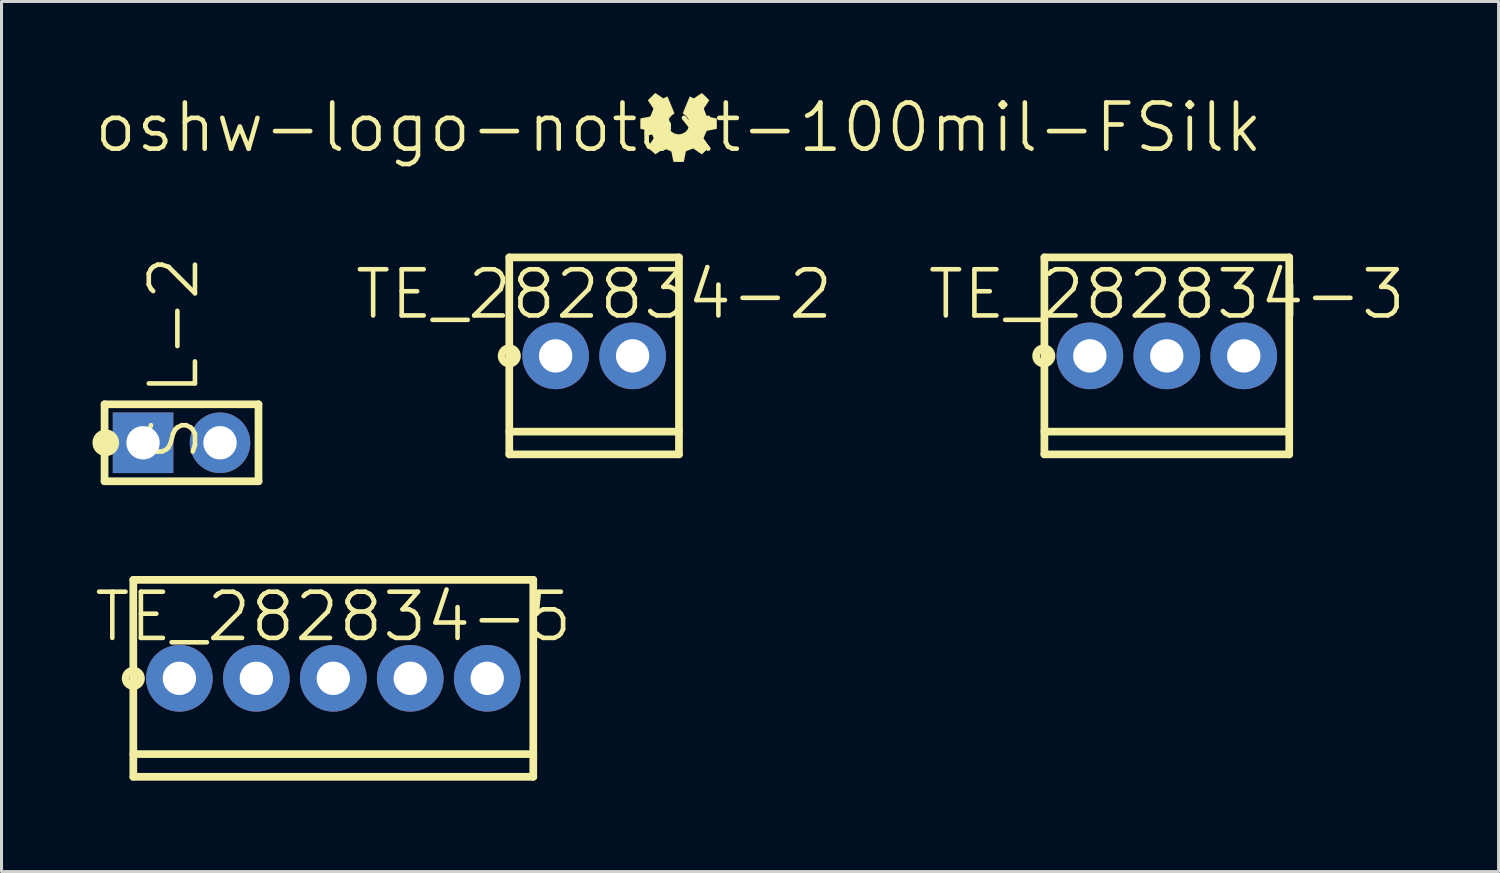
<source format=kicad_pcb>
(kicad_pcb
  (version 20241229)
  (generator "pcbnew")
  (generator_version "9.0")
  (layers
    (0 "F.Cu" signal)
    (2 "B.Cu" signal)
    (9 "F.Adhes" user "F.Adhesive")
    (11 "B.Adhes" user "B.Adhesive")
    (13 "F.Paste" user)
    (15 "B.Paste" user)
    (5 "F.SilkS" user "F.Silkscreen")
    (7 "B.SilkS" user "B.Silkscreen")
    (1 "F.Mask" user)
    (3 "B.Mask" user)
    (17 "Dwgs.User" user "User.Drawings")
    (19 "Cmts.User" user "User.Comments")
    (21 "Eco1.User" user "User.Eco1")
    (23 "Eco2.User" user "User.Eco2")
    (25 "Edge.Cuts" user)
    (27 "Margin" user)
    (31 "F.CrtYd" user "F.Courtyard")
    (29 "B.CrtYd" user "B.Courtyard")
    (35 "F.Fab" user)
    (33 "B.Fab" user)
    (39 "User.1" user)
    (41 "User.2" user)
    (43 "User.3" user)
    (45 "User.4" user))
  (footprint "TE_282834-2"
    (layer "F.Cu")
    (at 16.558 8.695)
    (property "Reference" "TE_282834-2" (at 0 -2.032 0) (layer "F.SilkS") (effects (font (size 1.524 1.524) (thickness 0.152))))
    (attr through_hole)
    (fp_line (start -2.8 -3.25) (end 2.8 -3.25) (stroke (width 0.254) (type solid)) (layer "F.SilkS"))
    (fp_line (start -2.8 3.25) (end -2.8 -3.25) (stroke (width 0.254) (type solid)) (layer "F.SilkS"))
    (fp_line (start 2.8 -3.25) (end 2.8 3.25) (stroke (width 0.254) (type solid)) (layer "F.SilkS"))
    (fp_line (start 2.8 2.5) (end -2.8 2.5) (stroke (width 0.254) (type solid)) (layer "F.SilkS"))
    (fp_line (start 2.8 3.25) (end -2.8 3.25) (stroke (width 0.254) (type solid)) (layer "F.SilkS"))
    (fp_circle (center -2.8 0) (end -3.054 0) (stroke (width 0.254) (type solid)) (fill no) (layer "F.SilkS"))
    (pad "1" thru_hole circle (at -1.27 0) (size 2.2 2.2) (drill 1.1) (layers "*.Cu" "*.Mask"))
    (pad "2" thru_hole circle (at 1.27 0) (size 2.2 2.2) (drill 1.1) (layers "*.Cu" "*.Mask")))
  (footprint "oshw-logo-notext-100mil-FSilk"
    (layer "F.Cu")
    (at 19.344 1.159)
    (property "Reference" "oshw-logo-notext-100mil-FSilk" (at 0 0 0) (layer "F.SilkS") (effects (font (size 1.524 1.524) (thickness 0.152))))
    (attr through_hole)
    (fp_poly (pts (xy 1.262 -0.168) (xy 1.262 -0.203) (xy 1.262 -0.231) (xy 1.262 -0.251) (xy 1.262 -0.269) (xy 1.262 -0.279) (xy 1.26 -0.287) (xy 1.26 -0.292) (xy 1.257 -0.295) (xy 1.257 -0.297) (xy 1.25 -0.302) (xy 1.247 -0.302) (xy 1.242 -0.305) (xy 1.229 -0.305) (xy 1.212 -0.31) (xy 1.189 -0.312) (xy 1.161 -0.318) (xy 1.133 -0.325) (xy 1.102 -0.33) (xy 1.072 -0.335) (xy 1.041 -0.34) (xy 1.013 -0.345) (xy 0.991 -0.351) (xy 0.97 -0.356) (xy 0.958 -0.358) (xy 0.953 -0.358) (xy 0.937 -0.366) (xy 0.93 -0.376) (xy 0.925 -0.389) (xy 0.917 -0.404) (xy 0.909 -0.427) (xy 0.899 -0.45) (xy 0.889 -0.478) (xy 0.876 -0.505) (xy 0.866 -0.531) (xy 0.856 -0.559) (xy 0.848 -0.582) (xy 0.841 -0.599) (xy 0.836 -0.615) (xy 0.833 -0.622) (xy 0.836 -0.627) (xy 0.841 -0.64) (xy 0.851 -0.655) (xy 0.866 -0.678) (xy 0.881 -0.701) (xy 0.899 -0.729) (xy 0.917 -0.754) (xy 0.942 -0.79) (xy 0.96 -0.818) (xy 0.975 -0.841) (xy 0.988 -0.859) (xy 0.998 -0.874) (xy 1.003 -0.884) (xy 1.008 -0.889) (xy 1.008 -0.894) (xy 1.011 -0.899) (xy 1.008 -0.902) (xy 1.008 -0.904) (xy 1.003 -0.909) (xy 0.993 -0.919) (xy 0.98 -0.935) (xy 0.963 -0.953) (xy 0.942 -0.973) (xy 0.919 -0.996) (xy 0.897 -1.019) (xy 0.874 -1.041) (xy 0.848 -1.064) (xy 0.828 -1.085) (xy 0.808 -1.102) (xy 0.792 -1.118) (xy 0.78 -1.128) (xy 0.772 -1.135) (xy 0.77 -1.135) (xy 0.765 -1.133) (xy 0.754 -1.125) (xy 0.737 -1.115) (xy 0.716 -1.102) (xy 0.691 -1.087) (xy 0.665 -1.067) (xy 0.643 -1.054) (xy 0.615 -1.034) (xy 0.587 -1.016) (xy 0.564 -0.998) (xy 0.544 -0.986) (xy 0.526 -0.973) (xy 0.516 -0.968) (xy 0.513 -0.965) (xy 0.508 -0.963) (xy 0.503 -0.963) (xy 0.495 -0.965) (xy 0.485 -0.968) (xy 0.47 -0.975) (xy 0.45 -0.986) (xy 0.439 -0.993) (xy 0.414 -1.006) (xy 0.394 -1.013) (xy 0.378 -1.021) (xy 0.371 -1.021) (xy 0.368 -1.016) (xy 0.363 -1.003) (xy 0.356 -0.986) (xy 0.345 -0.963) (xy 0.333 -0.935) (xy 0.32 -0.902) (xy 0.305 -0.866) (xy 0.29 -0.828) (xy 0.272 -0.79) (xy 0.257 -0.749) (xy 0.239 -0.709) (xy 0.224 -0.668) (xy 0.206 -0.63) (xy 0.193 -0.594) (xy 0.178 -0.561) (xy 0.168 -0.531) (xy 0.157 -0.505) (xy 0.15 -0.488) (xy 0.145 -0.475) (xy 0.142 -0.467) (xy 0.147 -0.462) (xy 0.155 -0.455) (xy 0.17 -0.445) (xy 0.185 -0.434) (xy 0.229 -0.401) (xy 0.262 -0.368) (xy 0.292 -0.333) (xy 0.315 -0.295) (xy 0.333 -0.254) (xy 0.345 -0.208) (xy 0.351 -0.183) (xy 0.353 -0.152) (xy 0.356 -0.119) (xy 0.353 -0.089) (xy 0.351 -0.064) (xy 0.335 -0.013) (xy 0.315 0.036) (xy 0.29 0.079) (xy 0.257 0.117) (xy 0.218 0.15) (xy 0.178 0.178) (xy 0.132 0.198) (xy 0.086 0.213) (xy 0.036 0.224) (xy -0.013 0.224) (xy -0.064 0.218) (xy -0.114 0.203) (xy -0.145 0.193) (xy -0.193 0.165) (xy -0.236 0.132) (xy -0.272 0.094) (xy -0.302 0.053) (xy -0.325 0.008) (xy -0.34 -0.041) (xy -0.351 -0.094) (xy -0.351 -0.147) (xy -0.343 -0.201) (xy -0.328 -0.254) (xy -0.325 -0.267) (xy -0.305 -0.305) (xy -0.277 -0.345) (xy -0.241 -0.384) (xy -0.198 -0.422) (xy -0.18 -0.434) (xy -0.165 -0.445) (xy -0.15 -0.455) (xy -0.142 -0.462) (xy -0.137 -0.467) (xy -0.14 -0.472) (xy -0.145 -0.483) (xy -0.15 -0.5) (xy -0.16 -0.526) (xy -0.173 -0.554) (xy -0.185 -0.584) (xy -0.198 -0.62) (xy -0.213 -0.658) (xy -0.231 -0.699) (xy -0.246 -0.739) (xy -0.264 -0.78) (xy -0.279 -0.818) (xy -0.297 -0.859) (xy -0.312 -0.894) (xy -0.325 -0.927) (xy -0.338 -0.958) (xy -0.348 -0.98) (xy -0.358 -1.001) (xy -0.363 -1.013) (xy -0.366 -1.021) (xy -0.371 -1.021) (xy -0.384 -1.016) (xy -0.404 -1.008) (xy -0.427 -0.996) (xy -0.434 -0.993) (xy -0.457 -0.98) (xy -0.475 -0.973) (xy -0.488 -0.965) (xy -0.495 -0.963) (xy -0.503 -0.963) (xy -0.505 -0.965) (xy -0.508 -0.965) (xy -0.513 -0.968) (xy -0.526 -0.975) (xy -0.544 -0.988) (xy -0.566 -1.003) (xy -0.589 -1.019) (xy -0.617 -1.039) (xy -0.638 -1.054) (xy -0.668 -1.072) (xy -0.693 -1.09) (xy -0.719 -1.105) (xy -0.739 -1.12) (xy -0.754 -1.128) (xy -0.765 -1.135) (xy -0.767 -1.135) (xy -0.772 -1.133) (xy -0.782 -1.125) (xy -0.798 -1.11) (xy -0.815 -1.092) (xy -0.838 -1.072) (xy -0.864 -1.046) (xy -0.886 -1.024) (xy -0.912 -0.998) (xy -0.937 -0.973) (xy -0.958 -0.953) (xy -0.975 -0.935) (xy -0.991 -0.919) (xy -1.001 -0.909) (xy -1.003 -0.904) (xy -1.006 -0.902) (xy -1.006 -0.899) (xy -1.006 -0.897) (xy -1.003 -0.892) (xy -1.001 -0.884) (xy -0.996 -0.874) (xy -0.986 -0.861) (xy -0.975 -0.843) (xy -0.96 -0.82) (xy -0.94 -0.795) (xy -0.917 -0.759) (xy -0.912 -0.754) (xy -0.894 -0.724) (xy -0.876 -0.699) (xy -0.859 -0.673) (xy -0.846 -0.653) (xy -0.836 -0.638) (xy -0.831 -0.627) (xy -0.828 -0.622) (xy -0.831 -0.617) (xy -0.833 -0.607) (xy -0.841 -0.589) (xy -0.848 -0.566) (xy -0.859 -0.541) (xy -0.869 -0.516) (xy -0.879 -0.488) (xy -0.892 -0.46) (xy -0.902 -0.434) (xy -0.909 -0.411) (xy -0.917 -0.394) (xy -0.925 -0.381) (xy -0.925 -0.376) (xy -0.935 -0.366) (xy -0.947 -0.358) (xy -0.955 -0.358) (xy -0.968 -0.356) (xy -0.988 -0.351) (xy -1.011 -0.345) (xy -1.039 -0.34) (xy -1.069 -0.335) (xy -1.1 -0.33) (xy -1.13 -0.323) (xy -1.158 -0.318) (xy -1.186 -0.312) (xy -1.209 -0.31) (xy -1.227 -0.305) (xy -1.24 -0.305) (xy -1.245 -0.302) (xy -1.247 -0.3) (xy -1.252 -0.297) (xy -1.255 -0.295) (xy -1.255 -0.29) (xy -1.257 -0.282) (xy -1.257 -0.272) (xy -1.257 -0.257) (xy -1.26 -0.236) (xy -1.26 -0.211) (xy -1.26 -0.178) (xy -1.26 -0.137) (xy -1.26 -0.127) (xy -1.26 -0.084) (xy -1.26 -0.046) (xy -1.26 -0.018) (xy -1.257 0.005) (xy -1.257 0.02) (xy -1.257 0.03) (xy -1.255 0.038) (xy -1.255 0.041) (xy -1.255 0.043) (xy -1.247 0.043) (xy -1.237 0.048) (xy -1.217 0.051) (xy -1.191 0.056) (xy -1.163 0.061) (xy -1.13 0.069) (xy -1.097 0.074) (xy -1.062 0.081) (xy -1.029 0.089) (xy -0.998 0.094) (xy -0.973 0.099) (xy -0.953 0.104) (xy -0.94 0.107) (xy -0.932 0.109) (xy -0.93 0.112) (xy -0.925 0.114) (xy -0.919 0.119) (xy -0.914 0.13) (xy -0.909 0.142) (xy -0.902 0.16) (xy -0.889 0.185) (xy -0.876 0.213) (xy -0.869 0.234) (xy -0.853 0.267) (xy -0.843 0.295) (xy -0.833 0.318) (xy -0.828 0.333) (xy -0.826 0.345) (xy -0.823 0.353) (xy -0.823 0.361) (xy -0.823 0.363) (xy -0.826 0.368) (xy -0.833 0.381) (xy -0.846 0.399) (xy -0.859 0.419) (xy -0.876 0.445) (xy -0.897 0.472) (xy -0.917 0.503) (xy -0.917 0.505) (xy -0.937 0.536) (xy -0.955 0.564) (xy -0.973 0.587) (xy -0.988 0.61) (xy -0.998 0.625) (xy -1.006 0.638) (xy -1.008 0.643) (xy -1.003 0.648) (xy -0.996 0.655) (xy -0.983 0.671) (xy -0.968 0.688) (xy -0.947 0.709) (xy -0.925 0.729) (xy -0.902 0.752) (xy -0.879 0.775) (xy -0.856 0.798) (xy -0.833 0.82) (xy -0.813 0.838) (xy -0.795 0.856) (xy -0.78 0.869) (xy -0.772 0.876) (xy -0.767 0.879) (xy -0.762 0.876) (xy -0.749 0.871) (xy -0.732 0.861) (xy -0.711 0.846) (xy -0.686 0.831) (xy -0.658 0.81) (xy -0.627 0.79) (xy -0.622 0.787) (xy -0.592 0.767) (xy -0.564 0.747) (xy -0.538 0.729) (xy -0.516 0.716) (xy -0.498 0.704) (xy -0.485 0.696) (xy -0.48 0.693) (xy -0.472 0.693) (xy -0.46 0.699) (xy -0.439 0.706) (xy -0.414 0.714) (xy -0.384 0.726) (xy -0.368 0.732) (xy -0.333 0.747) (xy -0.305 0.759) (xy -0.282 0.77) (xy -0.264 0.777) (xy -0.251 0.782) (xy -0.244 0.787) (xy -0.239 0.79) (xy -0.234 0.795) (xy -0.234 0.798) (xy -0.234 0.8) (xy -0.231 0.805) (xy -0.229 0.82) (xy -0.226 0.841) (xy -0.221 0.866) (xy -0.213 0.894) (xy -0.208 0.927) (xy -0.201 0.965) (xy -0.201 0.968) (xy -0.193 1.008) (xy -0.185 1.044) (xy -0.18 1.072) (xy -0.175 1.092) (xy -0.173 1.107) (xy -0.17 1.12) (xy -0.168 1.125) (xy -0.165 1.13) (xy -0.157 1.13) (xy -0.145 1.133) (xy -0.124 1.133) (xy -0.099 1.135) (xy -0.071 1.135) (xy -0.038 1.135) (xy -0.005 1.135) (xy 0.028 1.135) (xy 0.058 1.135) (xy 0.089 1.135) (xy 0.117 1.135) (xy 0.14 1.133) (xy 0.155 1.133) (xy 0.165 1.13) (xy 0.168 1.13) (xy 0.17 1.128) (xy 0.173 1.12) (xy 0.175 1.11) (xy 0.18 1.095) (xy 0.185 1.074) (xy 0.191 1.046) (xy 0.196 1.013) (xy 0.203 0.973) (xy 0.206 0.968) (xy 0.211 0.93) (xy 0.218 0.897) (xy 0.224 0.866) (xy 0.229 0.841) (xy 0.234 0.82) (xy 0.236 0.805) (xy 0.236 0.8) (xy 0.241 0.79) (xy 0.254 0.782) (xy 0.267 0.777) (xy 0.284 0.77) (xy 0.305 0.759) (xy 0.33 0.749) (xy 0.356 0.739) (xy 0.381 0.729) (xy 0.409 0.719) (xy 0.432 0.709) (xy 0.452 0.701) (xy 0.467 0.696) (xy 0.478 0.693) (xy 0.48 0.691) (xy 0.485 0.693) (xy 0.498 0.701) (xy 0.513 0.711) (xy 0.536 0.724) (xy 0.561 0.742) (xy 0.589 0.759) (xy 0.62 0.782) (xy 0.625 0.785) (xy 0.655 0.805) (xy 0.683 0.826) (xy 0.711 0.843) (xy 0.732 0.859) (xy 0.752 0.869) (xy 0.765 0.876) (xy 0.77 0.879) (xy 0.775 0.876) (xy 0.785 0.869) (xy 0.8 0.856) (xy 0.818 0.838) (xy 0.838 0.82) (xy 0.859 0.798) (xy 0.884 0.775) (xy 0.907 0.752) (xy 0.93 0.729) (xy 0.953 0.706) (xy 0.97 0.688) (xy 0.988 0.671) (xy 1.001 0.655) (xy 1.008 0.645) (xy 1.011 0.643) (xy 1.008 0.638) (xy 1.003 0.627) (xy 0.993 0.61) (xy 0.978 0.589) (xy 0.963 0.566) (xy 0.942 0.538) (xy 0.922 0.508) (xy 0.922 0.505) (xy 0.902 0.475) (xy 0.881 0.447) (xy 0.864 0.422) (xy 0.851 0.399) (xy 0.838 0.381) (xy 0.831 0.368) (xy 0.828 0.363) (xy 0.826 0.358) (xy 0.828 0.353) (xy 0.828 0.343) (xy 0.833 0.33) (xy 0.841 0.315) (xy 0.848 0.292) (xy 0.861 0.262) (xy 0.874 0.234) (xy 0.889 0.198) (xy 0.899 0.173) (xy 0.909 0.152) (xy 0.917 0.135) (xy 0.922 0.124) (xy 0.927 0.117) (xy 0.93 0.112) (xy 0.935 0.109) (xy 0.937 0.109) (xy 0.945 0.107) (xy 0.958 0.104) (xy 0.98 0.099) (xy 1.006 0.094) (xy 1.036 0.086) (xy 1.069 0.081) (xy 1.102 0.074) (xy 1.135 0.069) (xy 1.168 0.061) (xy 1.196 0.056) (xy 1.222 0.051) (xy 1.24 0.046) (xy 1.252 0.043) (xy 1.257 0.043) (xy 1.26 0.038) (xy 1.26 0.033) (xy 1.262 0.023) (xy 1.262 0.008) (xy 1.262 -0.015) (xy 1.262 -0.043) (xy 1.262 -0.076) (xy 1.262 -0.119) (xy 1.262 -0.127) (xy 1.262 -0.168)) (stroke (width 0.003) (type solid)) (fill yes) (layer "F.SilkS")))
  (footprint "TE_282834-3"
    (layer "F.Cu")
    (at 35.458 8.695)
    (property "Reference" "TE_282834-3" (at 0 -2.032 0) (layer "F.SilkS") (effects (font (size 1.524 1.524) (thickness 0.152))))
    (attr through_hole)
    (fp_line (start -4.04 2.5) (end 4.04 2.5) (stroke (width 0.254) (type solid)) (layer "F.SilkS"))
    (fp_line (start -4.04 3.25) (end -4.04 -3.25) (stroke (width 0.254) (type solid)) (layer "F.SilkS"))
    (fp_line (start -4.04 3.25) (end 4.04 3.25) (stroke (width 0.254) (type solid)) (layer "F.SilkS"))
    (fp_line (start 4.04 -3.25) (end -4.04 -3.25) (stroke (width 0.254) (type solid)) (layer "F.SilkS"))
    (fp_line (start 4.04 -3.25) (end 4.04 3.25) (stroke (width 0.254) (type solid)) (layer "F.SilkS"))
    (fp_circle (center -4.06 0) (end -4.314 0) (stroke (width 0.254) (type solid)) (fill no) (layer "F.SilkS"))
    (pad "1" thru_hole circle (at -2.54 0) (size 2.2 2.2) (drill 1.1) (layers "*.Cu" "*.Mask"))
    (pad "2" thru_hole circle (at 0 0) (size 2.2 2.2) (drill 1.1) (layers "*.Cu" "*.Mask"))
    (pad "3" thru_hole circle (at 2.54 0) (size 2.2 2.2) (drill 1.1) (layers "*.Cu" "*.Mask")))
  (footprint "TE_282834-5"
    (layer "F.Cu")
    (at 7.95 19.337)
    (property "Reference" "TE_282834-5" (at 0 -2.032 0) (layer "F.SilkS") (effects (font (size 1.524 1.524) (thickness 0.152))))
    (attr through_hole)
    (fp_line (start -6.6 -3.25) (end 6.6 -3.25) (stroke (width 0.254) (type solid)) (layer "F.SilkS"))
    (fp_line (start -6.6 3.25) (end -6.6 -3.25) (stroke (width 0.254) (type solid)) (layer "F.SilkS"))
    (fp_line (start 6.6 -3.25) (end 6.6 3.25) (stroke (width 0.254) (type solid)) (layer "F.SilkS"))
    (fp_line (start 6.6 2.5) (end -6.6 2.5) (stroke (width 0.254) (type solid)) (layer "F.SilkS"))
    (fp_line (start 6.6 3.25) (end -6.6 3.25) (stroke (width 0.254) (type solid)) (layer "F.SilkS"))
    (fp_circle (center -6.6 0) (end -6.854 0) (stroke (width 0.254) (type solid)) (fill no) (layer "F.SilkS"))
    (pad "1" thru_hole circle (at -5.08 0) (size 2.2 2.2) (drill 1.1) (layers "*.Cu" "*.Mask"))
    (pad "2" thru_hole circle (at -2.54 0) (size 2.2 2.2) (drill 1.1) (layers "*.Cu" "*.Mask"))
    (pad "3" thru_hole circle (at 0 0) (size 2.2 2.2) (drill 1.1) (layers "*.Cu" "*.Mask"))
    (pad "4" thru_hole circle (at 2.54 0) (size 2.2 2.2) (drill 1.1) (layers "*.Cu" "*.Mask"))
    (pad "5" thru_hole circle (at 5.08 0) (size 2.2 2.2) (drill 1.1) (layers "*.Cu" "*.Mask")))
  (footprint "SIL-2"
    (layer "F.Cu")
    (at 2.941 11.563)
    (property "Reference" "SIL-2" (at -0.254 -2.794 90) (layer "F.SilkS") (effects (font (size 1.524 1.524) (thickness 0.152))))
    (attr through_hole)
    (fp_line (start -2.54 -1.27) (end 2.54 -1.27) (stroke (width 0.254) (type solid)) (layer "F.SilkS"))
    (fp_line (start -2.54 1.27) (end -2.54 -1.27) (stroke (width 0.254) (type solid)) (layer "F.SilkS"))
    (fp_line (start 2.54 -1.27) (end 2.54 1.27) (stroke (width 0.254) (type solid)) (layer "F.SilkS"))
    (fp_line (start 2.54 1.27) (end -2.54 1.27) (stroke (width 0.254) (type solid)) (layer "F.SilkS"))
    (fp_circle (center -2.5 0) (end -2.75 0) (stroke (width 0.381) (type solid)) (fill no) (layer "F.SilkS"))
    (pad "1" thru_hole rect (at -1.27 0) (size 1.999 1.999) (drill 1.1) (layers "*.Cu" "*.Mask"))
    (pad "2" thru_hole circle (at 1.27 0) (size 1.999 1.999) (drill 1.1) (layers "*.Cu" "*.Mask")))
  (gr_rect
    (start -3 -3)
    (end 46.408 25.714)
    (stroke (width 0.1) (type default))
    (fill no)
    (layer "Edge.Cuts")))
</source>
